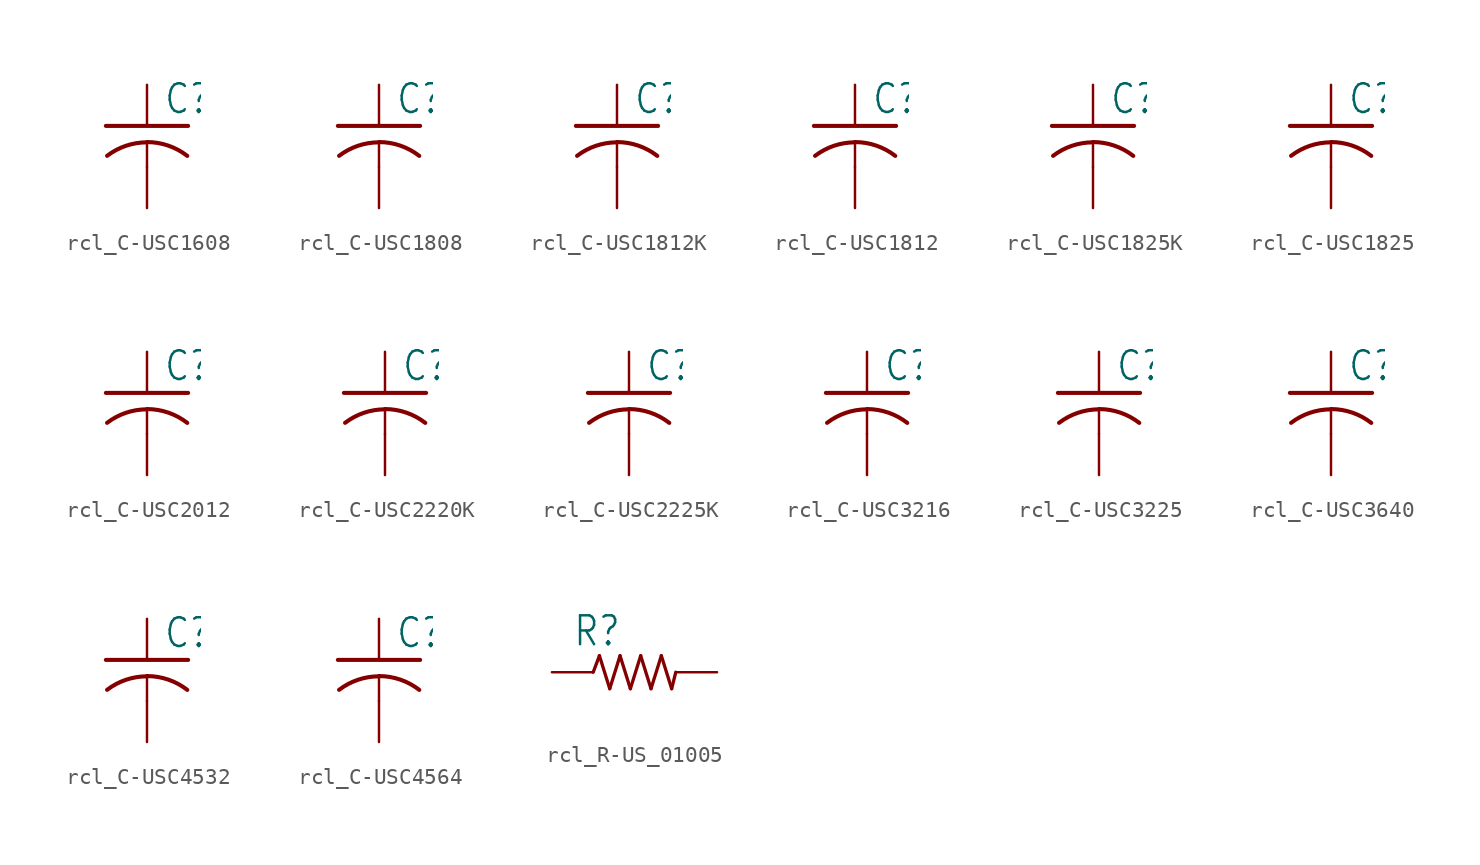
<source format=kicad_sym>
(kicad_symbol_lib
  (version 20231120)
  (generator "kicad_symbol_editor")
  (generator_version "8.0")
  (symbol "rcl_C-USC1608"
    (property "Reference" "C"
      (at 1.016 0.635 0)
      (effects (font (size 1.778 1.511)) (justify left bottom)))
    (property "Value" ""
      (at 1.016 -4.191 0)
      (effects (font (size 1.778 1.511)) (justify left bottom)))
    (property "ki_locked" ""
      (at 0 0 0)
      (effects (font (size 1.27 1.27))))
    (symbol "rcl_C-USC1608_1_0"
      (arc (start 0 -1.0161) (mid -1.302 -1.2303) (end -2.4668 -1.8504) (stroke (width 0.254) (type solid)) (fill (type none)))
      (polyline (pts (xy -2.54 0) (xy 2.54 0)) (stroke (width 0.254) (type solid)) (fill (type none)))
      (polyline (pts (xy 0 -1.016) (xy 0 -2.54)) (stroke (width 0.152) (type solid)) (fill (type none)))
      (arc (start 2.4892 -1.8541) (mid 1.3158 -1.2194) (end 0 -1) (stroke (width 0.254) (type solid)) (fill (type none)))
      (pin passive line (at 0 2.54 270) (length 2.54) (name "1" (effects (font (size 0 0)))) (number "1" (effects (font (size 0 0)))))
      (pin passive line (at 0 -5.08 90) (length 2.54) (name "2" (effects (font (size 0 0)))) (number "2" (effects (font (size 0 0)))))))
  (symbol "rcl_C-USC1808"
    (property "Reference" "C"
      (at 1.016 0.635 0)
      (effects (font (size 1.778 1.511)) (justify left bottom)))
    (property "Value" ""
      (at 1.016 -4.191 0)
      (effects (font (size 1.778 1.511)) (justify left bottom)))
    (property "ki_locked" ""
      (at 0 0 0)
      (effects (font (size 1.27 1.27))))
    (symbol "rcl_C-USC1808_1_0"
      (arc (start 0 -1.0161) (mid -1.302 -1.2303) (end -2.4668 -1.8504) (stroke (width 0.254) (type solid)) (fill (type none)))
      (polyline (pts (xy -2.54 0) (xy 2.54 0)) (stroke (width 0.254) (type solid)) (fill (type none)))
      (polyline (pts (xy 0 -1.016) (xy 0 -2.54)) (stroke (width 0.152) (type solid)) (fill (type none)))
      (arc (start 2.4892 -1.8541) (mid 1.3158 -1.2194) (end 0 -1) (stroke (width 0.254) (type solid)) (fill (type none)))
      (pin passive line (at 0 2.54 270) (length 2.54) (name "1" (effects (font (size 0 0)))) (number "1" (effects (font (size 0 0)))))
      (pin passive line (at 0 -5.08 90) (length 2.54) (name "2" (effects (font (size 0 0)))) (number "2" (effects (font (size 0 0)))))))
  (symbol "rcl_C-USC1812K"
    (property "Reference" "C"
      (at 1.016 0.635 0)
      (effects (font (size 1.778 1.511)) (justify left bottom)))
    (property "Value" ""
      (at 1.016 -4.191 0)
      (effects (font (size 1.778 1.511)) (justify left bottom)))
    (property "ki_locked" ""
      (at 0 0 0)
      (effects (font (size 1.27 1.27))))
    (symbol "rcl_C-USC1812K_1_0"
      (arc (start 0 -1.0161) (mid -1.302 -1.2303) (end -2.4668 -1.8504) (stroke (width 0.254) (type solid)) (fill (type none)))
      (polyline (pts (xy -2.54 0) (xy 2.54 0)) (stroke (width 0.254) (type solid)) (fill (type none)))
      (polyline (pts (xy 0 -1.016) (xy 0 -2.54)) (stroke (width 0.152) (type solid)) (fill (type none)))
      (arc (start 2.4892 -1.8541) (mid 1.3158 -1.2194) (end 0 -1) (stroke (width 0.254) (type solid)) (fill (type none)))
      (pin passive line (at 0 2.54 270) (length 2.54) (name "1" (effects (font (size 0 0)))) (number "1" (effects (font (size 0 0)))))
      (pin passive line (at 0 -5.08 90) (length 2.54) (name "2" (effects (font (size 0 0)))) (number "2" (effects (font (size 0 0)))))))
  (symbol "rcl_C-USC1812"
    (property "Reference" "C"
      (at 1.016 0.635 0)
      (effects (font (size 1.778 1.511)) (justify left bottom)))
    (property "Value" ""
      (at 1.016 -4.191 0)
      (effects (font (size 1.778 1.511)) (justify left bottom)))
    (property "ki_locked" ""
      (at 0 0 0)
      (effects (font (size 1.27 1.27))))
    (symbol "rcl_C-USC1812_1_0"
      (arc (start 0 -1.0161) (mid -1.302 -1.2303) (end -2.4668 -1.8504) (stroke (width 0.254) (type solid)) (fill (type none)))
      (polyline (pts (xy -2.54 0) (xy 2.54 0)) (stroke (width 0.254) (type solid)) (fill (type none)))
      (polyline (pts (xy 0 -1.016) (xy 0 -2.54)) (stroke (width 0.152) (type solid)) (fill (type none)))
      (arc (start 2.4892 -1.8541) (mid 1.3158 -1.2194) (end 0 -1) (stroke (width 0.254) (type solid)) (fill (type none)))
      (pin passive line (at 0 2.54 270) (length 2.54) (name "1" (effects (font (size 0 0)))) (number "1" (effects (font (size 0 0)))))
      (pin passive line (at 0 -5.08 90) (length 2.54) (name "2" (effects (font (size 0 0)))) (number "2" (effects (font (size 0 0)))))))
  (symbol "rcl_C-USC1825K"
    (property "Reference" "C"
      (at 1.016 0.635 0)
      (effects (font (size 1.778 1.511)) (justify left bottom)))
    (property "Value" ""
      (at 1.016 -4.191 0)
      (effects (font (size 1.778 1.511)) (justify left bottom)))
    (property "ki_locked" ""
      (at 0 0 0)
      (effects (font (size 1.27 1.27))))
    (symbol "rcl_C-USC1825K_1_0"
      (arc (start 0 -1.0161) (mid -1.302 -1.2303) (end -2.4668 -1.8504) (stroke (width 0.254) (type solid)) (fill (type none)))
      (polyline (pts (xy -2.54 0) (xy 2.54 0)) (stroke (width 0.254) (type solid)) (fill (type none)))
      (polyline (pts (xy 0 -1.016) (xy 0 -2.54)) (stroke (width 0.152) (type solid)) (fill (type none)))
      (arc (start 2.4892 -1.8541) (mid 1.3158 -1.2194) (end 0 -1) (stroke (width 0.254) (type solid)) (fill (type none)))
      (pin passive line (at 0 2.54 270) (length 2.54) (name "1" (effects (font (size 0 0)))) (number "1" (effects (font (size 0 0)))))
      (pin passive line (at 0 -5.08 90) (length 2.54) (name "2" (effects (font (size 0 0)))) (number "2" (effects (font (size 0 0)))))))
  (symbol "rcl_C-USC1825"
    (property "Reference" "C"
      (at 1.016 0.635 0)
      (effects (font (size 1.778 1.511)) (justify left bottom)))
    (property "Value" ""
      (at 1.016 -4.191 0)
      (effects (font (size 1.778 1.511)) (justify left bottom)))
    (property "ki_locked" ""
      (at 0 0 0)
      (effects (font (size 1.27 1.27))))
    (symbol "rcl_C-USC1825_1_0"
      (arc (start 0 -1.0161) (mid -1.302 -1.2303) (end -2.4668 -1.8504) (stroke (width 0.254) (type solid)) (fill (type none)))
      (polyline (pts (xy -2.54 0) (xy 2.54 0)) (stroke (width 0.254) (type solid)) (fill (type none)))
      (polyline (pts (xy 0 -1.016) (xy 0 -2.54)) (stroke (width 0.152) (type solid)) (fill (type none)))
      (arc (start 2.4892 -1.8541) (mid 1.3158 -1.2194) (end 0 -1) (stroke (width 0.254) (type solid)) (fill (type none)))
      (pin passive line (at 0 2.54 270) (length 2.54) (name "1" (effects (font (size 0 0)))) (number "1" (effects (font (size 0 0)))))
      (pin passive line (at 0 -5.08 90) (length 2.54) (name "2" (effects (font (size 0 0)))) (number "2" (effects (font (size 0 0)))))))
  (symbol "rcl_C-USC2012"
    (property "Reference" "C"
      (at 1.016 0.635 0)
      (effects (font (size 1.778 1.511)) (justify left bottom)))
    (property "Value" ""
      (at 1.016 -4.191 0)
      (effects (font (size 1.778 1.511)) (justify left bottom)))
    (property "ki_locked" ""
      (at 0 0 0)
      (effects (font (size 1.27 1.27))))
    (symbol "rcl_C-USC2012_1_0"
      (arc (start 0 -1.0161) (mid -1.302 -1.2303) (end -2.4668 -1.8504) (stroke (width 0.254) (type solid)) (fill (type none)))
      (polyline (pts (xy -2.54 0) (xy 2.54 0)) (stroke (width 0.254) (type solid)) (fill (type none)))
      (polyline (pts (xy 0 -1.016) (xy 0 -2.54)) (stroke (width 0.152) (type solid)) (fill (type none)))
      (arc (start 2.4892 -1.8541) (mid 1.3158 -1.2194) (end 0 -1) (stroke (width 0.254) (type solid)) (fill (type none)))
      (pin passive line (at 0 2.54 270) (length 2.54) (name "1" (effects (font (size 0 0)))) (number "1" (effects (font (size 0 0)))))
      (pin passive line (at 0 -5.08 90) (length 2.54) (name "2" (effects (font (size 0 0)))) (number "2" (effects (font (size 0 0)))))))
  (symbol "rcl_C-USC2220K"
    (property "Reference" "C"
      (at 1.016 0.635 0)
      (effects (font (size 1.778 1.511)) (justify left bottom)))
    (property "Value" ""
      (at 1.016 -4.191 0)
      (effects (font (size 1.778 1.511)) (justify left bottom)))
    (property "ki_locked" ""
      (at 0 0 0)
      (effects (font (size 1.27 1.27))))
    (symbol "rcl_C-USC2220K_1_0"
      (arc (start 0 -1.0161) (mid -1.302 -1.2303) (end -2.4668 -1.8504) (stroke (width 0.254) (type solid)) (fill (type none)))
      (polyline (pts (xy -2.54 0) (xy 2.54 0)) (stroke (width 0.254) (type solid)) (fill (type none)))
      (polyline (pts (xy 0 -1.016) (xy 0 -2.54)) (stroke (width 0.152) (type solid)) (fill (type none)))
      (arc (start 2.4892 -1.8541) (mid 1.3158 -1.2194) (end 0 -1) (stroke (width 0.254) (type solid)) (fill (type none)))
      (pin passive line (at 0 2.54 270) (length 2.54) (name "1" (effects (font (size 0 0)))) (number "1" (effects (font (size 0 0)))))
      (pin passive line (at 0 -5.08 90) (length 2.54) (name "2" (effects (font (size 0 0)))) (number "2" (effects (font (size 0 0)))))))
  (symbol "rcl_C-USC2225K"
    (property "Reference" "C"
      (at 1.016 0.635 0)
      (effects (font (size 1.778 1.511)) (justify left bottom)))
    (property "Value" ""
      (at 1.016 -4.191 0)
      (effects (font (size 1.778 1.511)) (justify left bottom)))
    (property "ki_locked" ""
      (at 0 0 0)
      (effects (font (size 1.27 1.27))))
    (symbol "rcl_C-USC2225K_1_0"
      (arc (start 0 -1.0161) (mid -1.302 -1.2303) (end -2.4668 -1.8504) (stroke (width 0.254) (type solid)) (fill (type none)))
      (polyline (pts (xy -2.54 0) (xy 2.54 0)) (stroke (width 0.254) (type solid)) (fill (type none)))
      (polyline (pts (xy 0 -1.016) (xy 0 -2.54)) (stroke (width 0.152) (type solid)) (fill (type none)))
      (arc (start 2.4892 -1.8541) (mid 1.3158 -1.2194) (end 0 -1) (stroke (width 0.254) (type solid)) (fill (type none)))
      (pin passive line (at 0 2.54 270) (length 2.54) (name "1" (effects (font (size 0 0)))) (number "1" (effects (font (size 0 0)))))
      (pin passive line (at 0 -5.08 90) (length 2.54) (name "2" (effects (font (size 0 0)))) (number "2" (effects (font (size 0 0)))))))
  (symbol "rcl_C-USC3216"
    (property "Reference" "C"
      (at 1.016 0.635 0)
      (effects (font (size 1.778 1.511)) (justify left bottom)))
    (property "Value" ""
      (at 1.016 -4.191 0)
      (effects (font (size 1.778 1.511)) (justify left bottom)))
    (property "ki_locked" ""
      (at 0 0 0)
      (effects (font (size 1.27 1.27))))
    (symbol "rcl_C-USC3216_1_0"
      (arc (start 0 -1.0161) (mid -1.302 -1.2303) (end -2.4668 -1.8504) (stroke (width 0.254) (type solid)) (fill (type none)))
      (polyline (pts (xy -2.54 0) (xy 2.54 0)) (stroke (width 0.254) (type solid)) (fill (type none)))
      (polyline (pts (xy 0 -1.016) (xy 0 -2.54)) (stroke (width 0.152) (type solid)) (fill (type none)))
      (arc (start 2.4892 -1.8541) (mid 1.3158 -1.2194) (end 0 -1) (stroke (width 0.254) (type solid)) (fill (type none)))
      (pin passive line (at 0 2.54 270) (length 2.54) (name "1" (effects (font (size 0 0)))) (number "1" (effects (font (size 0 0)))))
      (pin passive line (at 0 -5.08 90) (length 2.54) (name "2" (effects (font (size 0 0)))) (number "2" (effects (font (size 0 0)))))))
  (symbol "rcl_C-USC3225"
    (property "Reference" "C"
      (at 1.016 0.635 0)
      (effects (font (size 1.778 1.511)) (justify left bottom)))
    (property "Value" ""
      (at 1.016 -4.191 0)
      (effects (font (size 1.778 1.511)) (justify left bottom)))
    (property "ki_locked" ""
      (at 0 0 0)
      (effects (font (size 1.27 1.27))))
    (symbol "rcl_C-USC3225_1_0"
      (arc (start 0 -1.0161) (mid -1.302 -1.2303) (end -2.4668 -1.8504) (stroke (width 0.254) (type solid)) (fill (type none)))
      (polyline (pts (xy -2.54 0) (xy 2.54 0)) (stroke (width 0.254) (type solid)) (fill (type none)))
      (polyline (pts (xy 0 -1.016) (xy 0 -2.54)) (stroke (width 0.152) (type solid)) (fill (type none)))
      (arc (start 2.4892 -1.8541) (mid 1.3158 -1.2194) (end 0 -1) (stroke (width 0.254) (type solid)) (fill (type none)))
      (pin passive line (at 0 2.54 270) (length 2.54) (name "1" (effects (font (size 0 0)))) (number "1" (effects (font (size 0 0)))))
      (pin passive line (at 0 -5.08 90) (length 2.54) (name "2" (effects (font (size 0 0)))) (number "2" (effects (font (size 0 0)))))))
  (symbol "rcl_C-USC3640"
    (property "Reference" "C"
      (at 1.016 0.635 0)
      (effects (font (size 1.778 1.511)) (justify left bottom)))
    (property "Value" ""
      (at 1.016 -4.191 0)
      (effects (font (size 1.778 1.511)) (justify left bottom)))
    (property "ki_locked" ""
      (at 0 0 0)
      (effects (font (size 1.27 1.27))))
    (symbol "rcl_C-USC3640_1_0"
      (arc (start 0 -1.0161) (mid -1.302 -1.2303) (end -2.4668 -1.8504) (stroke (width 0.254) (type solid)) (fill (type none)))
      (polyline (pts (xy -2.54 0) (xy 2.54 0)) (stroke (width 0.254) (type solid)) (fill (type none)))
      (polyline (pts (xy 0 -1.016) (xy 0 -2.54)) (stroke (width 0.152) (type solid)) (fill (type none)))
      (arc (start 2.4892 -1.8541) (mid 1.3158 -1.2194) (end 0 -1) (stroke (width 0.254) (type solid)) (fill (type none)))
      (pin passive line (at 0 2.54 270) (length 2.54) (name "1" (effects (font (size 0 0)))) (number "1" (effects (font (size 0 0)))))
      (pin passive line (at 0 -5.08 90) (length 2.54) (name "2" (effects (font (size 0 0)))) (number "2" (effects (font (size 0 0)))))))
  (symbol "rcl_C-USC4532"
    (property "Reference" "C"
      (at 1.016 0.635 0)
      (effects (font (size 1.778 1.511)) (justify left bottom)))
    (property "Value" ""
      (at 1.016 -4.191 0)
      (effects (font (size 1.778 1.511)) (justify left bottom)))
    (property "ki_locked" ""
      (at 0 0 0)
      (effects (font (size 1.27 1.27))))
    (symbol "rcl_C-USC4532_1_0"
      (arc (start 0 -1.0161) (mid -1.302 -1.2303) (end -2.4668 -1.8504) (stroke (width 0.254) (type solid)) (fill (type none)))
      (polyline (pts (xy -2.54 0) (xy 2.54 0)) (stroke (width 0.254) (type solid)) (fill (type none)))
      (polyline (pts (xy 0 -1.016) (xy 0 -2.54)) (stroke (width 0.152) (type solid)) (fill (type none)))
      (arc (start 2.4892 -1.8541) (mid 1.3158 -1.2194) (end 0 -1) (stroke (width 0.254) (type solid)) (fill (type none)))
      (pin passive line (at 0 2.54 270) (length 2.54) (name "1" (effects (font (size 0 0)))) (number "1" (effects (font (size 0 0)))))
      (pin passive line (at 0 -5.08 90) (length 2.54) (name "2" (effects (font (size 0 0)))) (number "2" (effects (font (size 0 0)))))))
  (symbol "rcl_C-USC4564"
    (property "Reference" "C"
      (at 1.016 0.635 0)
      (effects (font (size 1.778 1.511)) (justify left bottom)))
    (property "Value" ""
      (at 1.016 -4.191 0)
      (effects (font (size 1.778 1.511)) (justify left bottom)))
    (property "ki_locked" ""
      (at 0 0 0)
      (effects (font (size 1.27 1.27))))
    (symbol "rcl_C-USC4564_1_0"
      (arc (start 0 -1.0161) (mid -1.302 -1.2303) (end -2.4668 -1.8504) (stroke (width 0.254) (type solid)) (fill (type none)))
      (polyline (pts (xy -2.54 0) (xy 2.54 0)) (stroke (width 0.254) (type solid)) (fill (type none)))
      (polyline (pts (xy 0 -1.016) (xy 0 -2.54)) (stroke (width 0.152) (type solid)) (fill (type none)))
      (arc (start 2.4892 -1.8541) (mid 1.3158 -1.2194) (end 0 -1) (stroke (width 0.254) (type solid)) (fill (type none)))
      (pin passive line (at 0 2.54 270) (length 2.54) (name "1" (effects (font (size 0 0)))) (number "1" (effects (font (size 0 0)))))
      (pin passive line (at 0 -5.08 90) (length 2.54) (name "2" (effects (font (size 0 0)))) (number "2" (effects (font (size 0 0)))))))
  (symbol "rcl_R-US_01005"
    (property "Reference" "R"
      (at -3.81 1.499 0)
      (effects (font (size 1.778 1.511)) (justify left bottom)))
    (property "Value" ""
      (at -3.81 -3.302 0)
      (effects (font (size 1.778 1.511)) (justify left bottom)))
    (property "ki_locked" ""
      (at 0 0 0)
      (effects (font (size 1.27 1.27))))
    (symbol "rcl_R-US_01005_1_0"
      (polyline (pts (xy -2.54 0) (xy -2.159 1.016)) (stroke (width 0.203) (type solid)) (fill (type none)))
      (polyline (pts (xy -2.159 1.016) (xy -1.524 -1.016)) (stroke (width 0.203) (type solid)) (fill (type none)))
      (polyline (pts (xy -1.524 -1.016) (xy -0.889 1.016)) (stroke (width 0.203) (type solid)) (fill (type none)))
      (polyline (pts (xy -0.889 1.016) (xy -0.254 -1.016)) (stroke (width 0.203) (type solid)) (fill (type none)))
      (polyline (pts (xy -0.254 -1.016) (xy 0.381 1.016)) (stroke (width 0.203) (type solid)) (fill (type none)))
      (polyline (pts (xy 0.381 1.016) (xy 1.016 -1.016)) (stroke (width 0.203) (type solid)) (fill (type none)))
      (polyline (pts (xy 1.016 -1.016) (xy 1.651 1.016)) (stroke (width 0.203) (type solid)) (fill (type none)))
      (polyline (pts (xy 1.651 1.016) (xy 2.286 -1.016)) (stroke (width 0.203) (type solid)) (fill (type none)))
      (polyline (pts (xy 2.286 -1.016) (xy 2.54 0)) (stroke (width 0.203) (type solid)) (fill (type none)))
      (pin passive line (at -5.08 0 0) (length 2.54) (name "1" (effects (font (size 0 0)))) (number "1" (effects (font (size 0 0)))))
      (pin passive line (at 5.08 0 180) (length 2.54) (name "2" (effects (font (size 0 0)))) (number "2" (effects (font (size 0 0))))))))
</source>
